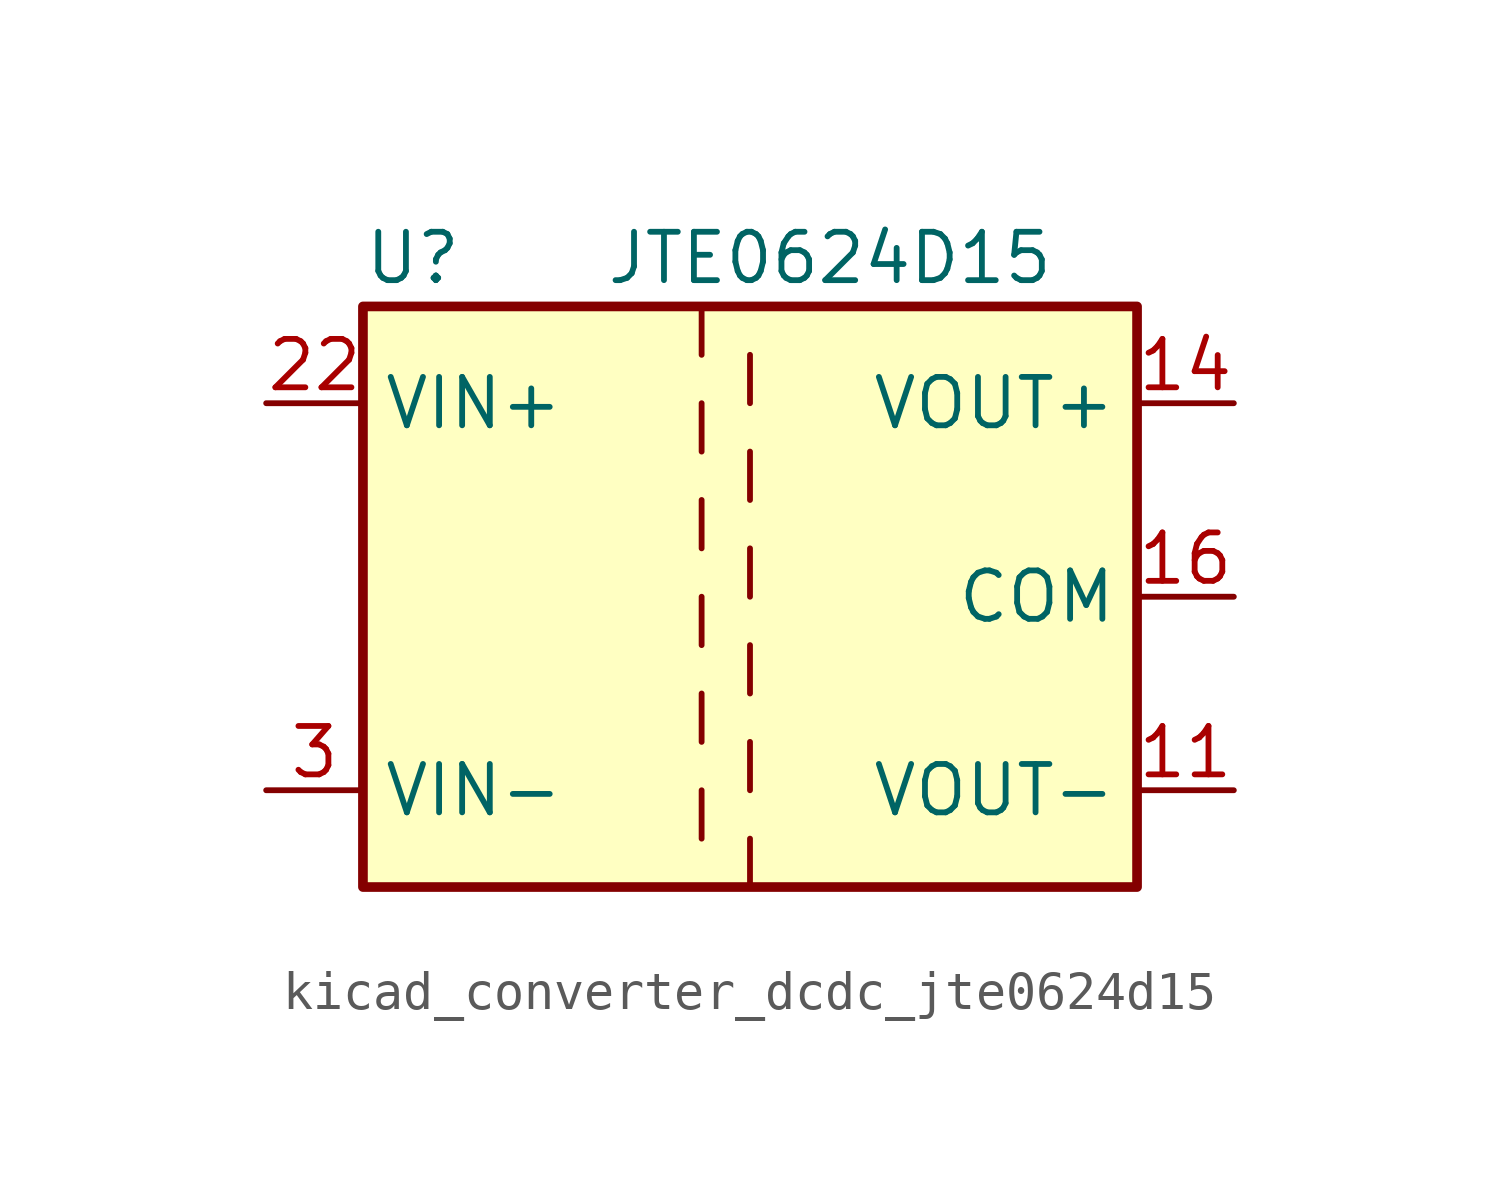
<source format=kicad_sym>
(kicad_symbol_lib
  (version 20220914)
  (generator kicad_symbol_editor)
  (symbol "kicad_converter_dcdc_jte0624d15"
    (property "Reference" "U"
      (at -10.16 8.89 0)
      (effects (font (size 1.27 1.27)) (justify left)))
    (property "Value" "JTE0624D15"
      (at -3.81 8.89 0)
      (effects (font (size 1.27 1.27)) (justify left)))
    (symbol "kicad_converter_dcdc_jte0624d15_0_1"
      (rectangle (start -10.16 7.62) (end 10.16 -7.62) (stroke (width 0.254) (type default)) (fill (type background)))
      (polyline (pts (xy -1.27 -5.08) (xy -1.27 -6.35)) (stroke (width 0) (type default)) (fill (type none)))
      (polyline (pts (xy -1.27 -2.54) (xy -1.27 -3.81)) (stroke (width 0) (type default)) (fill (type none)))
      (polyline (pts (xy -1.27 0) (xy -1.27 -1.27)) (stroke (width 0) (type default)) (fill (type none)))
      (polyline (pts (xy -1.27 2.54) (xy -1.27 1.27)) (stroke (width 0) (type default)) (fill (type none)))
      (polyline (pts (xy -1.27 5.08) (xy -1.27 3.81)) (stroke (width 0) (type default)) (fill (type none)))
      (polyline (pts (xy -1.27 7.62) (xy -1.27 6.35)) (stroke (width 0) (type default)) (fill (type none)))
      (polyline (pts (xy 0 -7.62) (xy 0 -6.35)) (stroke (width 0) (type default)) (fill (type none)))
      (polyline (pts (xy 0 -5.08) (xy 0 -3.81)) (stroke (width 0) (type default)) (fill (type none)))
      (polyline (pts (xy 0 -1.27) (xy 0 -2.54)) (stroke (width 0) (type default)) (fill (type none)))
      (polyline (pts (xy 0 0) (xy 0 1.27)) (stroke (width 0) (type default)) (fill (type none)))
      (polyline (pts (xy 0 2.54) (xy 0 3.81)) (stroke (width 0) (type default)) (fill (type none)))
      (polyline (pts (xy 0 5.08) (xy 0 6.35)) (stroke (width 0) (type default)) (fill (type none))))
    (symbol "kicad_converter_dcdc_jte0624d15_1_1"
      (pin power_out line (at 12.7 -5.08 180) (length 2.54) (name "VOUT-" (effects (font (size 1.27 1.27)))) (number "11" (effects (font (size 1.27 1.27)))))
      (pin power_out line (at 12.7 5.08 180) (length 2.54) (name "VOUT+" (effects (font (size 1.27 1.27)))) (number "14" (effects (font (size 1.27 1.27)))))
      (pin power_out line (at 12.7 0 180) (length 2.54) (name "COM" (effects (font (size 1.27 1.27)))) (number "16" (effects (font (size 1.27 1.27)))))
      (pin passive line (at -12.7 -5.08 0) (length 2.54) hide (name "VIN-" (effects (font (size 1.27 1.27)))) (number "2" (effects (font (size 1.27 1.27)))))
      (pin power_in line (at -12.7 5.08 0) (length 2.54) (name "VIN+" (effects (font (size 1.27 1.27)))) (number "22" (effects (font (size 1.27 1.27)))))
      (pin passive line (at -12.7 5.08 0) (length 2.54) hide (name "VIN+" (effects (font (size 1.27 1.27)))) (number "23" (effects (font (size 1.27 1.27)))))
      (pin power_in line (at -12.7 -5.08 0) (length 2.54) (name "VIN-" (effects (font (size 1.27 1.27)))) (number "3" (effects (font (size 1.27 1.27)))))
      (pin passive line (at 12.7 0 180) (length 2.54) hide (name "COM" (effects (font (size 1.27 1.27)))) (number "9" (effects (font (size 1.27 1.27))))))))
</source>
